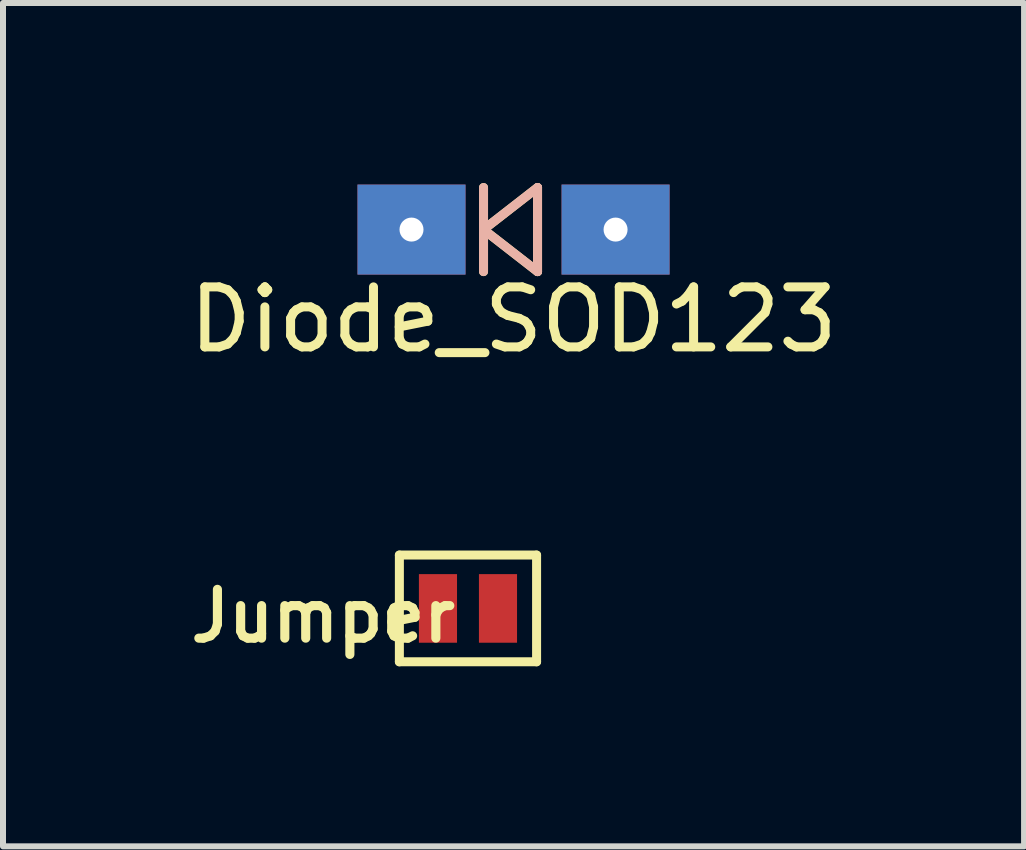
<source format=kicad_pcb>
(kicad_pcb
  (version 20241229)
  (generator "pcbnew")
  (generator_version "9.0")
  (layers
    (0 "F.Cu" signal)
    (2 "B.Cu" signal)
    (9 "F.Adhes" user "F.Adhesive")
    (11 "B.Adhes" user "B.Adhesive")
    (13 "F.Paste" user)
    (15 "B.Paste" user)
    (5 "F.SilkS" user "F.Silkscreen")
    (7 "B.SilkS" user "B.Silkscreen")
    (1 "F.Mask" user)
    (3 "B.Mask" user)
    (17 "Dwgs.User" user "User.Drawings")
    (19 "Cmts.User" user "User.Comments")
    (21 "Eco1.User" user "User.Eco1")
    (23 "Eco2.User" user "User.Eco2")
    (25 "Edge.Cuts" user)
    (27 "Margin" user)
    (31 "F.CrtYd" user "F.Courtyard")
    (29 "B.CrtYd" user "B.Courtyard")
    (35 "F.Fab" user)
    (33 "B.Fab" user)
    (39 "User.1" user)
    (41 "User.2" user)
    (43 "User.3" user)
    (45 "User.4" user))
  (footprint "Jumper"
    (layer "F.Cu")
    (at 4.747 7.087)
    (property "Reference" "Jumper" (at -2.413 0.127 0) (layer "F.SilkS") (effects (font (size 0.813 0.813) (thickness 0.152))))
    (attr smd)
    (fp_line (start -1.143 -0.889) (end 1.143 -0.889) (stroke (width 0.15) (type solid)) (layer "F.SilkS"))
    (fp_line (start -1.143 0.889) (end -1.143 -0.889) (stroke (width 0.15) (type solid)) (layer "F.SilkS"))
    (fp_line (start 1.143 -0.889) (end 1.143 0.889) (stroke (width 0.15) (type solid)) (layer "F.SilkS"))
    (fp_line (start 1.143 0.889) (end -1.143 0.889) (stroke (width 0.15) (type solid)) (layer "F.SilkS"))
    (pad "1" smd rect (at -0.5 0) (size 0.635 1.143) (layers "F.Cu" "F.Mask" "F.Paste"))
    (pad "2" smd rect (at 0.5 0) (size 0.635 1.143) (layers "F.Cu" "F.Mask" "F.Paste")))
  (footprint "Diode_SOD123"
    (placed yes)
    (layer "F.Cu")
    (at 5.506 0.775)
    (property "Reference" "Diode_SOD123" (at 0 1.5 0) (layer "F.SilkS") (effects (font (size 1 1) (thickness 0.15))))
    (attr through_hole)
    (fp_line (start -0.5 -0.7) (end -0.5 0.7) (stroke (width 0.15) (type solid)) (layer "F.SilkS"))
    (fp_line (start -0.5 0) (end 0.4 -0.7) (stroke (width 0.15) (type solid)) (layer "F.SilkS"))
    (fp_line (start 0.4 -0.7) (end 0.4 0.7) (stroke (width 0.15) (type solid)) (layer "F.SilkS"))
    (fp_line (start 0.4 0.7) (end -0.5 0) (stroke (width 0.15) (type solid)) (layer "F.SilkS"))
    (fp_line (start -0.5 -0.7) (end -0.5 0.7) (stroke (width 0.15) (type solid)) (layer "B.SilkS"))
    (fp_line (start -0.5 0) (end 0.4 -0.7) (stroke (width 0.15) (type solid)) (layer "B.SilkS"))
    (fp_line (start 0.4 -0.7) (end 0.4 0.7) (stroke (width 0.15) (type solid)) (layer "B.SilkS"))
    (fp_line (start 0.4 0.7) (end -0.5 0) (stroke (width 0.15) (type solid)) (layer "B.SilkS"))
    (pad "1" thru_hole rect (at -1.7 0) (size 1.8 1.5) (drill 0.4) (layers "*.Cu" "*.Mask"))
    (pad "2" thru_hole rect (at 1.7 0) (size 1.8 1.5) (drill 0.4) (layers "*.Cu" "*.Mask")))
  (gr_rect
    (start -3 -3)
    (end 14.012 11.051)
    (stroke (width 0.1) (type default))
    (fill no)
    (layer "Edge.Cuts")))
</source>
